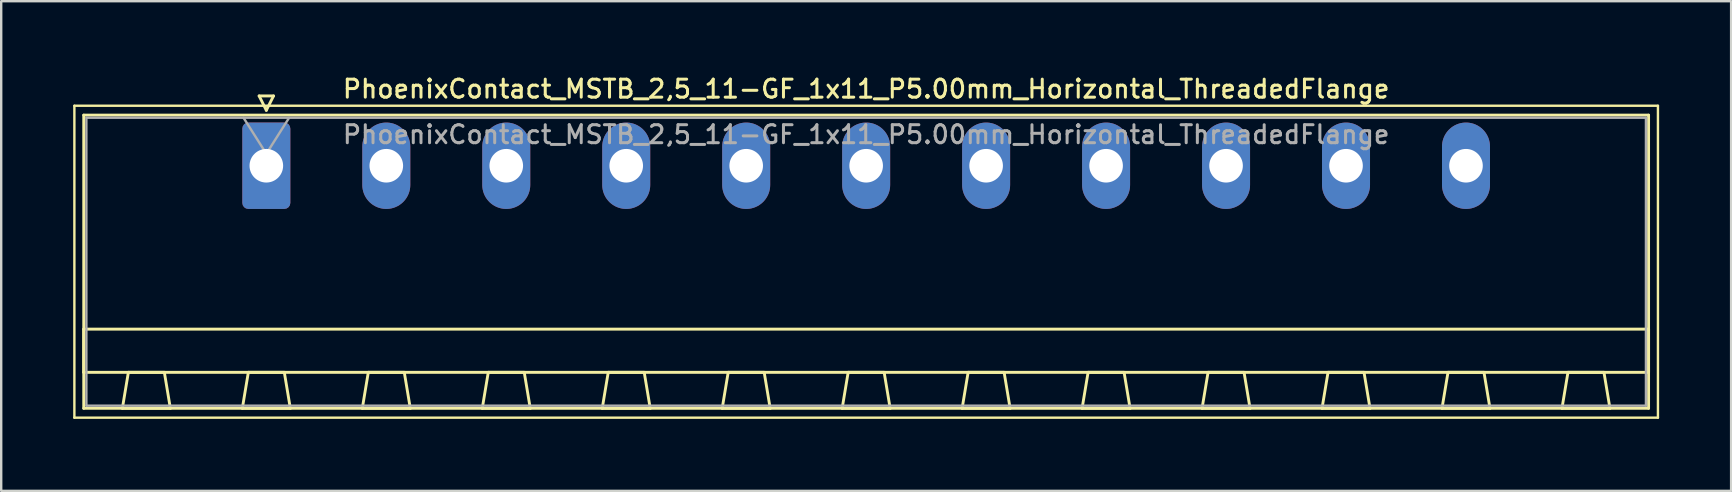
<source format=kicad_pcb>
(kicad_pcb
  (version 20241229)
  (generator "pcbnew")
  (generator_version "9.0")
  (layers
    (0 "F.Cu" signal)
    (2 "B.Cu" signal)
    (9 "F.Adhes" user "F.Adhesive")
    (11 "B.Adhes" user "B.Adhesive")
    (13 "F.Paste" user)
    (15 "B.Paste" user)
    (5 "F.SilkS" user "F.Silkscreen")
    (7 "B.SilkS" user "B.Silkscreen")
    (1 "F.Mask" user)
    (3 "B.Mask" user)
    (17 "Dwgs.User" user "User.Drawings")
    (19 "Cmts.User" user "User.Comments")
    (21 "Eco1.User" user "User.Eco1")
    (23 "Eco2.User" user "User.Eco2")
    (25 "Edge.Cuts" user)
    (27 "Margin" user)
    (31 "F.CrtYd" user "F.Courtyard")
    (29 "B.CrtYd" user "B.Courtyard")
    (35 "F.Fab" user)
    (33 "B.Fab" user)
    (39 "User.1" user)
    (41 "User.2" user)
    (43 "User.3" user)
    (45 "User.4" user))
  (footprint "PhoenixContact_MSTB_2,5_11-GF_1x11_P5.00mm_Horizontal_ThreadedFlange"
    (layer "F.Cu")
    (at 8.05 3.858)
    (property "Reference" "PhoenixContact_MSTB_2,5_11-GF_1x11_P5.00mm_Horizontal_ThreadedFlange" (at 25 -3.2 0) (layer "F.SilkS") (effects (font (size 0.75 0.75) (thickness 0.125))))
    (attr through_hole)
    (fp_line (start -8 -2.5) (end -8 10.5) (stroke (width 0.1) (type solid)) (layer "F.SilkS"))
    (fp_line (start -8 10.5) (end 58 10.5) (stroke (width 0.1) (type solid)) (layer "F.SilkS"))
    (fp_line (start -7.61 -2.11) (end -7.61 10.11) (stroke (width 0.12) (type solid)) (layer "F.SilkS"))
    (fp_line (start -7.61 6.81) (end 57.61 6.81) (stroke (width 0.12) (type solid)) (layer "F.SilkS"))
    (fp_line (start -7.61 8.61) (end -7.61 6.81) (stroke (width 0.12) (type solid)) (layer "F.SilkS"))
    (fp_line (start -7.61 10.11) (end 57.61 10.11) (stroke (width 0.12) (type solid)) (layer "F.SilkS"))
    (fp_line (start -6 10.11) (end -4 10.11) (stroke (width 0.12) (type solid)) (layer "F.SilkS"))
    (fp_line (start -5.75 8.61) (end -6 10.11) (stroke (width 0.12) (type solid)) (layer "F.SilkS"))
    (fp_line (start -4.25 8.61) (end -5.75 8.61) (stroke (width 0.12) (type solid)) (layer "F.SilkS"))
    (fp_line (start -4 10.11) (end -4.25 8.61) (stroke (width 0.12) (type solid)) (layer "F.SilkS"))
    (fp_line (start -1 10.11) (end 1 10.11) (stroke (width 0.12) (type solid)) (layer "F.SilkS"))
    (fp_line (start -0.75 8.61) (end -1 10.11) (stroke (width 0.12) (type solid)) (layer "F.SilkS"))
    (fp_line (start -0.3 -2.91) (end 0.3 -2.91) (stroke (width 0.12) (type solid)) (layer "F.SilkS"))
    (fp_line (start 0 -2.31) (end -0.3 -2.91) (stroke (width 0.12) (type solid)) (layer "F.SilkS"))
    (fp_line (start 0.3 -2.91) (end 0 -2.31) (stroke (width 0.12) (type solid)) (layer "F.SilkS"))
    (fp_line (start 0.75 8.61) (end -0.75 8.61) (stroke (width 0.12) (type solid)) (layer "F.SilkS"))
    (fp_line (start 1 10.11) (end 0.75 8.61) (stroke (width 0.12) (type solid)) (layer "F.SilkS"))
    (fp_line (start 4 10.11) (end 6 10.11) (stroke (width 0.12) (type solid)) (layer "F.SilkS"))
    (fp_line (start 4.25 8.61) (end 4 10.11) (stroke (width 0.12) (type solid)) (layer "F.SilkS"))
    (fp_line (start 5.75 8.61) (end 4.25 8.61) (stroke (width 0.12) (type solid)) (layer "F.SilkS"))
    (fp_line (start 6 10.11) (end 5.75 8.61) (stroke (width 0.12) (type solid)) (layer "F.SilkS"))
    (fp_line (start 9 10.11) (end 11 10.11) (stroke (width 0.12) (type solid)) (layer "F.SilkS"))
    (fp_line (start 9.25 8.61) (end 9 10.11) (stroke (width 0.12) (type solid)) (layer "F.SilkS"))
    (fp_line (start 10.75 8.61) (end 9.25 8.61) (stroke (width 0.12) (type solid)) (layer "F.SilkS"))
    (fp_line (start 11 10.11) (end 10.75 8.61) (stroke (width 0.12) (type solid)) (layer "F.SilkS"))
    (fp_line (start 14 10.11) (end 16 10.11) (stroke (width 0.12) (type solid)) (layer "F.SilkS"))
    (fp_line (start 14.25 8.61) (end 14 10.11) (stroke (width 0.12) (type solid)) (layer "F.SilkS"))
    (fp_line (start 15.75 8.61) (end 14.25 8.61) (stroke (width 0.12) (type solid)) (layer "F.SilkS"))
    (fp_line (start 16 10.11) (end 15.75 8.61) (stroke (width 0.12) (type solid)) (layer "F.SilkS"))
    (fp_line (start 19 10.11) (end 21 10.11) (stroke (width 0.12) (type solid)) (layer "F.SilkS"))
    (fp_line (start 19.25 8.61) (end 19 10.11) (stroke (width 0.12) (type solid)) (layer "F.SilkS"))
    (fp_line (start 20.75 8.61) (end 19.25 8.61) (stroke (width 0.12) (type solid)) (layer "F.SilkS"))
    (fp_line (start 21 10.11) (end 20.75 8.61) (stroke (width 0.12) (type solid)) (layer "F.SilkS"))
    (fp_line (start 24 10.11) (end 26 10.11) (stroke (width 0.12) (type solid)) (layer "F.SilkS"))
    (fp_line (start 24.25 8.61) (end 24 10.11) (stroke (width 0.12) (type solid)) (layer "F.SilkS"))
    (fp_line (start 25.75 8.61) (end 24.25 8.61) (stroke (width 0.12) (type solid)) (layer "F.SilkS"))
    (fp_line (start 26 10.11) (end 25.75 8.61) (stroke (width 0.12) (type solid)) (layer "F.SilkS"))
    (fp_line (start 29 10.11) (end 31 10.11) (stroke (width 0.12) (type solid)) (layer "F.SilkS"))
    (fp_line (start 29.25 8.61) (end 29 10.11) (stroke (width 0.12) (type solid)) (layer "F.SilkS"))
    (fp_line (start 30.75 8.61) (end 29.25 8.61) (stroke (width 0.12) (type solid)) (layer "F.SilkS"))
    (fp_line (start 31 10.11) (end 30.75 8.61) (stroke (width 0.12) (type solid)) (layer "F.SilkS"))
    (fp_line (start 34 10.11) (end 36 10.11) (stroke (width 0.12) (type solid)) (layer "F.SilkS"))
    (fp_line (start 34.25 8.61) (end 34 10.11) (stroke (width 0.12) (type solid)) (layer "F.SilkS"))
    (fp_line (start 35.75 8.61) (end 34.25 8.61) (stroke (width 0.12) (type solid)) (layer "F.SilkS"))
    (fp_line (start 36 10.11) (end 35.75 8.61) (stroke (width 0.12) (type solid)) (layer "F.SilkS"))
    (fp_line (start 39 10.11) (end 41 10.11) (stroke (width 0.12) (type solid)) (layer "F.SilkS"))
    (fp_line (start 39.25 8.61) (end 39 10.11) (stroke (width 0.12) (type solid)) (layer "F.SilkS"))
    (fp_line (start 40.75 8.61) (end 39.25 8.61) (stroke (width 0.12) (type solid)) (layer "F.SilkS"))
    (fp_line (start 41 10.11) (end 40.75 8.61) (stroke (width 0.12) (type solid)) (layer "F.SilkS"))
    (fp_line (start 44 10.11) (end 46 10.11) (stroke (width 0.12) (type solid)) (layer "F.SilkS"))
    (fp_line (start 44.25 8.61) (end 44 10.11) (stroke (width 0.12) (type solid)) (layer "F.SilkS"))
    (fp_line (start 45.75 8.61) (end 44.25 8.61) (stroke (width 0.12) (type solid)) (layer "F.SilkS"))
    (fp_line (start 46 10.11) (end 45.75 8.61) (stroke (width 0.12) (type solid)) (layer "F.SilkS"))
    (fp_line (start 49 10.11) (end 51 10.11) (stroke (width 0.12) (type solid)) (layer "F.SilkS"))
    (fp_line (start 49.25 8.61) (end 49 10.11) (stroke (width 0.12) (type solid)) (layer "F.SilkS"))
    (fp_line (start 50.75 8.61) (end 49.25 8.61) (stroke (width 0.12) (type solid)) (layer "F.SilkS"))
    (fp_line (start 51 10.11) (end 50.75 8.61) (stroke (width 0.12) (type solid)) (layer "F.SilkS"))
    (fp_line (start 54 10.11) (end 56 10.11) (stroke (width 0.12) (type solid)) (layer "F.SilkS"))
    (fp_line (start 54.25 8.61) (end 54 10.11) (stroke (width 0.12) (type solid)) (layer "F.SilkS"))
    (fp_line (start 55.75 8.61) (end 54.25 8.61) (stroke (width 0.12) (type solid)) (layer "F.SilkS"))
    (fp_line (start 56 10.11) (end 55.75 8.61) (stroke (width 0.12) (type solid)) (layer "F.SilkS"))
    (fp_line (start 57.61 -2.11) (end -7.61 -2.11) (stroke (width 0.12) (type solid)) (layer "F.SilkS"))
    (fp_line (start 57.61 6.81) (end 57.61 8.61) (stroke (width 0.12) (type solid)) (layer "F.SilkS"))
    (fp_line (start 57.61 8.61) (end -7.61 8.61) (stroke (width 0.12) (type solid)) (layer "F.SilkS"))
    (fp_line (start 57.61 10.11) (end 57.61 -2.11) (stroke (width 0.12) (type solid)) (layer "F.SilkS"))
    (fp_line (start 58 -2.5) (end -8 -2.5) (stroke (width 0.1) (type solid)) (layer "F.SilkS"))
    (fp_line (start 58 10.5) (end 58 -2.5) (stroke (width 0.1) (type solid)) (layer "F.SilkS"))
    (fp_line (start -7.5 -2) (end -7.5 10) (stroke (width 0.1) (type solid)) (layer "F.Fab"))
    (fp_line (start -7.5 10) (end 57.5 10) (stroke (width 0.1) (type solid)) (layer "F.Fab"))
    (fp_line (start 0 -0.5) (end -0.95 -2) (stroke (width 0.1) (type solid)) (layer "F.Fab"))
    (fp_line (start 0.95 -2) (end 0 -0.5) (stroke (width 0.1) (type solid)) (layer "F.Fab"))
    (fp_line (start 57.5 -2) (end -7.5 -2) (stroke (width 0.1) (type solid)) (layer "F.Fab"))
    (fp_line (start 57.5 10) (end 57.5 -2) (stroke (width 0.1) (type solid)) (layer "F.Fab"))
    (fp_text user "${REFERENCE}" (at 25 -1.3 0) (layer "F.Fab") (effects (font (size 0.75 0.75) (thickness 0.125))))
    (pad "1" thru_hole roundrect (at 0 0) (size 2 3.6) (drill 1.4) (layers "*.Cu" "*.Mask") (roundrect_rratio 0.125))
    (pad "2" thru_hole oval (at 5 0) (size 2 3.6) (drill 1.4) (layers "*.Cu" "*.Mask"))
    (pad "3" thru_hole oval (at 10 0) (size 2 3.6) (drill 1.4) (layers "*.Cu" "*.Mask"))
    (pad "4" thru_hole oval (at 15 0) (size 2 3.6) (drill 1.4) (layers "*.Cu" "*.Mask"))
    (pad "5" thru_hole oval (at 20 0) (size 2 3.6) (drill 1.4) (layers "*.Cu" "*.Mask"))
    (pad "6" thru_hole oval (at 25 0) (size 2 3.6) (drill 1.4) (layers "*.Cu" "*.Mask"))
    (pad "7" thru_hole oval (at 30 0) (size 2 3.6) (drill 1.4) (layers "*.Cu" "*.Mask"))
    (pad "8" thru_hole oval (at 35 0) (size 2 3.6) (drill 1.4) (layers "*.Cu" "*.Mask"))
    (pad "9" thru_hole oval (at 40 0) (size 2 3.6) (drill 1.4) (layers "*.Cu" "*.Mask"))
    (pad "10" thru_hole oval (at 45 0) (size 2 3.6) (drill 1.4) (layers "*.Cu" "*.Mask"))
    (pad "11" thru_hole oval (at 50 0) (size 2 3.6) (drill 1.4) (layers "*.Cu" "*.Mask")))
  (gr_rect
    (start -3 -3)
    (end 69.1 17.408)
    (stroke (width 0.1) (type default))
    (fill no)
    (layer "Edge.Cuts")))
</source>
